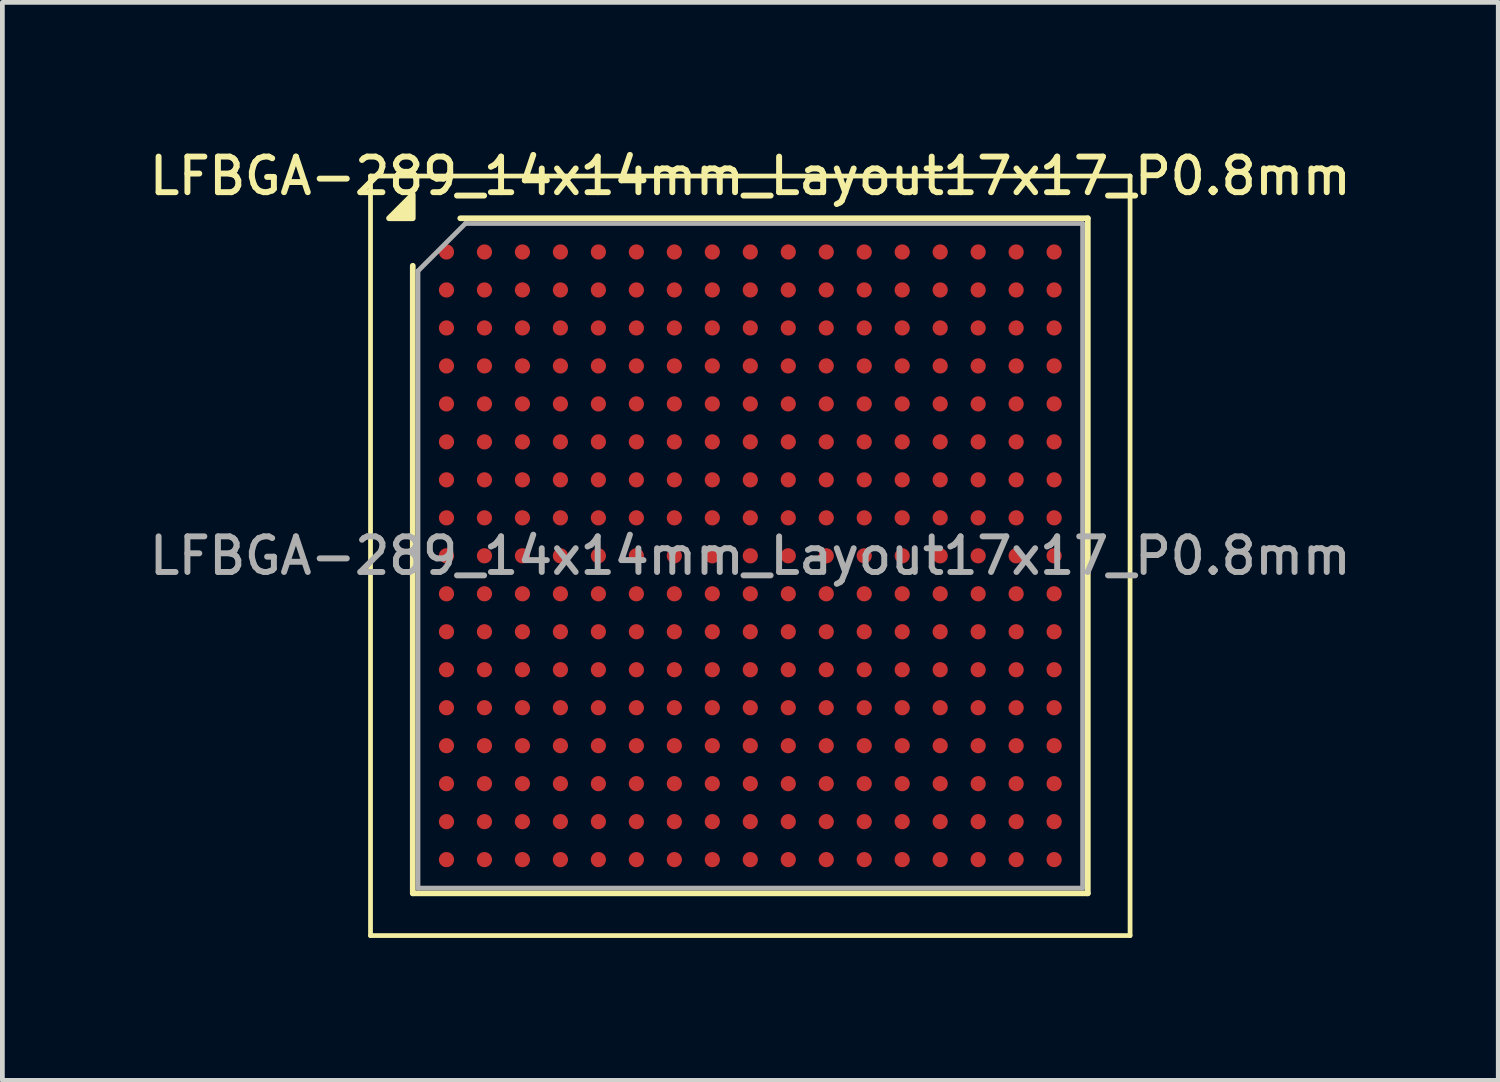
<source format=kicad_pcb>
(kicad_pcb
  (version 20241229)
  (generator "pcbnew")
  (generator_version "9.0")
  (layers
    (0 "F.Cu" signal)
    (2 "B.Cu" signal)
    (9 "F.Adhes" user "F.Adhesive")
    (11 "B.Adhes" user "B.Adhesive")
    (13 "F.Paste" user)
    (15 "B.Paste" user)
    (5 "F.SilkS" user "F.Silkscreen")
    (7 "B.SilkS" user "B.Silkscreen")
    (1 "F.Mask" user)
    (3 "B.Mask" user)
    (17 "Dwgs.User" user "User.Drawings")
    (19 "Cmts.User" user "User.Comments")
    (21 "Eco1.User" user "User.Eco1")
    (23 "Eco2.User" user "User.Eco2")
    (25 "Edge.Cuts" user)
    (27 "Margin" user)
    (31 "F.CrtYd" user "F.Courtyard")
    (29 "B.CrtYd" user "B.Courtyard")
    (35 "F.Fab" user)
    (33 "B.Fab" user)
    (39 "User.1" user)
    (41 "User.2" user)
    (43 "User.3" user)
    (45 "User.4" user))
  (footprint "LFBGA-289_14x14mm_Layout17x17_P0.8mm"
    (layer "F.Cu")
    (at 12.755 8.658)
    (property "Reference" "LFBGA-289_14x14mm_Layout17x17_P0.8mm" (at 0 -8 0) (layer "F.SilkS") (effects (font (size 0.75 0.75) (thickness 0.125))))
    (attr smd)
    (fp_line (start -8 -8) (end -8 8) (stroke (width 0.1) (type solid)) (layer "F.SilkS"))
    (fp_line (start -8 8) (end 8 8) (stroke (width 0.1) (type solid)) (layer "F.SilkS"))
    (fp_line (start -7.11 7.11) (end -7.11 -6.11) (stroke (width 0.12) (type solid)) (layer "F.SilkS"))
    (fp_line (start -6.11 -7.11) (end 7.11 -7.11) (stroke (width 0.12) (type solid)) (layer "F.SilkS"))
    (fp_line (start 7.11 -7.11) (end 7.11 7.11) (stroke (width 0.12) (type solid)) (layer "F.SilkS"))
    (fp_line (start 7.11 7.11) (end -7.11 7.11) (stroke (width 0.12) (type solid)) (layer "F.SilkS"))
    (fp_line (start 8 -8) (end -8 -8) (stroke (width 0.1) (type solid)) (layer "F.SilkS"))
    (fp_line (start 8 8) (end 8 -8) (stroke (width 0.1) (type solid)) (layer "F.SilkS"))
    (fp_poly (pts (xy -7.11 -7.11) (xy -7.61 -7.11) (xy -7.11 -7.61) (xy -7.11 -7.11)) (stroke (width 0.12) (type solid)) (fill yes) (layer "F.SilkS"))
    (fp_line (start -7 -6) (end -6 -7) (stroke (width 0.1) (type solid)) (layer "F.Fab"))
    (fp_line (start -7 7) (end -7 -6) (stroke (width 0.1) (type solid)) (layer "F.Fab"))
    (fp_line (start -6 -7) (end 7 -7) (stroke (width 0.1) (type solid)) (layer "F.Fab"))
    (fp_line (start 7 -7) (end 7 7) (stroke (width 0.1) (type solid)) (layer "F.Fab"))
    (fp_line (start 7 7) (end -7 7) (stroke (width 0.1) (type solid)) (layer "F.Fab"))
    (fp_text user "${REFERENCE}" (at 0 0 0) (layer "F.Fab") (effects (font (size 0.75 0.75) (thickness 0.125))))
    (pad "A1" smd circle (at -6.4 -6.4) (size 0.32 0.32) (property pad_prop_bga) (layers "F.Cu" "F.Mask" "F.Paste"))
    (pad "A2" smd circle (at -5.6 -6.4) (size 0.32 0.32) (property pad_prop_bga) (layers "F.Cu" "F.Mask" "F.Paste"))
    (pad "A3" smd circle (at -4.8 -6.4) (size 0.32 0.32) (property pad_prop_bga) (layers "F.Cu" "F.Mask" "F.Paste"))
    (pad "A4" smd circle (at -4 -6.4) (size 0.32 0.32) (property pad_prop_bga) (layers "F.Cu" "F.Mask" "F.Paste"))
    (pad "A5" smd circle (at -3.2 -6.4) (size 0.32 0.32) (property pad_prop_bga) (layers "F.Cu" "F.Mask" "F.Paste"))
    (pad "A6" smd circle (at -2.4 -6.4) (size 0.32 0.32) (property pad_prop_bga) (layers "F.Cu" "F.Mask" "F.Paste"))
    (pad "A7" smd circle (at -1.6 -6.4) (size 0.32 0.32) (property pad_prop_bga) (layers "F.Cu" "F.Mask" "F.Paste"))
    (pad "A8" smd circle (at -0.8 -6.4) (size 0.32 0.32) (property pad_prop_bga) (layers "F.Cu" "F.Mask" "F.Paste"))
    (pad "A9" smd circle (at 0 -6.4) (size 0.32 0.32) (property pad_prop_bga) (layers "F.Cu" "F.Mask" "F.Paste"))
    (pad "A10" smd circle (at 0.8 -6.4) (size 0.32 0.32) (property pad_prop_bga) (layers "F.Cu" "F.Mask" "F.Paste"))
    (pad "A11" smd circle (at 1.6 -6.4) (size 0.32 0.32) (property pad_prop_bga) (layers "F.Cu" "F.Mask" "F.Paste"))
    (pad "A12" smd circle (at 2.4 -6.4) (size 0.32 0.32) (property pad_prop_bga) (layers "F.Cu" "F.Mask" "F.Paste"))
    (pad "A13" smd circle (at 3.2 -6.4) (size 0.32 0.32) (property pad_prop_bga) (layers "F.Cu" "F.Mask" "F.Paste"))
    (pad "A14" smd circle (at 4 -6.4) (size 0.32 0.32) (property pad_prop_bga) (layers "F.Cu" "F.Mask" "F.Paste"))
    (pad "A15" smd circle (at 4.8 -6.4) (size 0.32 0.32) (property pad_prop_bga) (layers "F.Cu" "F.Mask" "F.Paste"))
    (pad "A16" smd circle (at 5.6 -6.4) (size 0.32 0.32) (property pad_prop_bga) (layers "F.Cu" "F.Mask" "F.Paste"))
    (pad "A17" smd circle (at 6.4 -6.4) (size 0.32 0.32) (property pad_prop_bga) (layers "F.Cu" "F.Mask" "F.Paste"))
    (pad "B1" smd circle (at -6.4 -5.6) (size 0.32 0.32) (property pad_prop_bga) (layers "F.Cu" "F.Mask" "F.Paste"))
    (pad "B2" smd circle (at -5.6 -5.6) (size 0.32 0.32) (property pad_prop_bga) (layers "F.Cu" "F.Mask" "F.Paste"))
    (pad "B3" smd circle (at -4.8 -5.6) (size 0.32 0.32) (property pad_prop_bga) (layers "F.Cu" "F.Mask" "F.Paste"))
    (pad "B4" smd circle (at -4 -5.6) (size 0.32 0.32) (property pad_prop_bga) (layers "F.Cu" "F.Mask" "F.Paste"))
    (pad "B5" smd circle (at -3.2 -5.6) (size 0.32 0.32) (property pad_prop_bga) (layers "F.Cu" "F.Mask" "F.Paste"))
    (pad "B6" smd circle (at -2.4 -5.6) (size 0.32 0.32) (property pad_prop_bga) (layers "F.Cu" "F.Mask" "F.Paste"))
    (pad "B7" smd circle (at -1.6 -5.6) (size 0.32 0.32) (property pad_prop_bga) (layers "F.Cu" "F.Mask" "F.Paste"))
    (pad "B8" smd circle (at -0.8 -5.6) (size 0.32 0.32) (property pad_prop_bga) (layers "F.Cu" "F.Mask" "F.Paste"))
    (pad "B9" smd circle (at 0 -5.6) (size 0.32 0.32) (property pad_prop_bga) (layers "F.Cu" "F.Mask" "F.Paste"))
    (pad "B10" smd circle (at 0.8 -5.6) (size 0.32 0.32) (property pad_prop_bga) (layers "F.Cu" "F.Mask" "F.Paste"))
    (pad "B11" smd circle (at 1.6 -5.6) (size 0.32 0.32) (property pad_prop_bga) (layers "F.Cu" "F.Mask" "F.Paste"))
    (pad "B12" smd circle (at 2.4 -5.6) (size 0.32 0.32) (property pad_prop_bga) (layers "F.Cu" "F.Mask" "F.Paste"))
    (pad "B13" smd circle (at 3.2 -5.6) (size 0.32 0.32) (property pad_prop_bga) (layers "F.Cu" "F.Mask" "F.Paste"))
    (pad "B14" smd circle (at 4 -5.6) (size 0.32 0.32) (property pad_prop_bga) (layers "F.Cu" "F.Mask" "F.Paste"))
    (pad "B15" smd circle (at 4.8 -5.6) (size 0.32 0.32) (property pad_prop_bga) (layers "F.Cu" "F.Mask" "F.Paste"))
    (pad "B16" smd circle (at 5.6 -5.6) (size 0.32 0.32) (property pad_prop_bga) (layers "F.Cu" "F.Mask" "F.Paste"))
    (pad "B17" smd circle (at 6.4 -5.6) (size 0.32 0.32) (property pad_prop_bga) (layers "F.Cu" "F.Mask" "F.Paste"))
    (pad "C1" smd circle (at -6.4 -4.8) (size 0.32 0.32) (property pad_prop_bga) (layers "F.Cu" "F.Mask" "F.Paste"))
    (pad "C2" smd circle (at -5.6 -4.8) (size 0.32 0.32) (property pad_prop_bga) (layers "F.Cu" "F.Mask" "F.Paste"))
    (pad "C3" smd circle (at -4.8 -4.8) (size 0.32 0.32) (property pad_prop_bga) (layers "F.Cu" "F.Mask" "F.Paste"))
    (pad "C4" smd circle (at -4 -4.8) (size 0.32 0.32) (property pad_prop_bga) (layers "F.Cu" "F.Mask" "F.Paste"))
    (pad "C5" smd circle (at -3.2 -4.8) (size 0.32 0.32) (property pad_prop_bga) (layers "F.Cu" "F.Mask" "F.Paste"))
    (pad "C6" smd circle (at -2.4 -4.8) (size 0.32 0.32) (property pad_prop_bga) (layers "F.Cu" "F.Mask" "F.Paste"))
    (pad "C7" smd circle (at -1.6 -4.8) (size 0.32 0.32) (property pad_prop_bga) (layers "F.Cu" "F.Mask" "F.Paste"))
    (pad "C8" smd circle (at -0.8 -4.8) (size 0.32 0.32) (property pad_prop_bga) (layers "F.Cu" "F.Mask" "F.Paste"))
    (pad "C9" smd circle (at 0 -4.8) (size 0.32 0.32) (property pad_prop_bga) (layers "F.Cu" "F.Mask" "F.Paste"))
    (pad "C10" smd circle (at 0.8 -4.8) (size 0.32 0.32) (property pad_prop_bga) (layers "F.Cu" "F.Mask" "F.Paste"))
    (pad "C11" smd circle (at 1.6 -4.8) (size 0.32 0.32) (property pad_prop_bga) (layers "F.Cu" "F.Mask" "F.Paste"))
    (pad "C12" smd circle (at 2.4 -4.8) (size 0.32 0.32) (property pad_prop_bga) (layers "F.Cu" "F.Mask" "F.Paste"))
    (pad "C13" smd circle (at 3.2 -4.8) (size 0.32 0.32) (property pad_prop_bga) (layers "F.Cu" "F.Mask" "F.Paste"))
    (pad "C14" smd circle (at 4 -4.8) (size 0.32 0.32) (property pad_prop_bga) (layers "F.Cu" "F.Mask" "F.Paste"))
    (pad "C15" smd circle (at 4.8 -4.8) (size 0.32 0.32) (property pad_prop_bga) (layers "F.Cu" "F.Mask" "F.Paste"))
    (pad "C16" smd circle (at 5.6 -4.8) (size 0.32 0.32) (property pad_prop_bga) (layers "F.Cu" "F.Mask" "F.Paste"))
    (pad "C17" smd circle (at 6.4 -4.8) (size 0.32 0.32) (property pad_prop_bga) (layers "F.Cu" "F.Mask" "F.Paste"))
    (pad "D1" smd circle (at -6.4 -4) (size 0.32 0.32) (property pad_prop_bga) (layers "F.Cu" "F.Mask" "F.Paste"))
    (pad "D2" smd circle (at -5.6 -4) (size 0.32 0.32) (property pad_prop_bga) (layers "F.Cu" "F.Mask" "F.Paste"))
    (pad "D3" smd circle (at -4.8 -4) (size 0.32 0.32) (property pad_prop_bga) (layers "F.Cu" "F.Mask" "F.Paste"))
    (pad "D4" smd circle (at -4 -4) (size 0.32 0.32) (property pad_prop_bga) (layers "F.Cu" "F.Mask" "F.Paste"))
    (pad "D5" smd circle (at -3.2 -4) (size 0.32 0.32) (property pad_prop_bga) (layers "F.Cu" "F.Mask" "F.Paste"))
    (pad "D6" smd circle (at -2.4 -4) (size 0.32 0.32) (property pad_prop_bga) (layers "F.Cu" "F.Mask" "F.Paste"))
    (pad "D7" smd circle (at -1.6 -4) (size 0.32 0.32) (property pad_prop_bga) (layers "F.Cu" "F.Mask" "F.Paste"))
    (pad "D8" smd circle (at -0.8 -4) (size 0.32 0.32) (property pad_prop_bga) (layers "F.Cu" "F.Mask" "F.Paste"))
    (pad "D9" smd circle (at 0 -4) (size 0.32 0.32) (property pad_prop_bga) (layers "F.Cu" "F.Mask" "F.Paste"))
    (pad "D10" smd circle (at 0.8 -4) (size 0.32 0.32) (property pad_prop_bga) (layers "F.Cu" "F.Mask" "F.Paste"))
    (pad "D11" smd circle (at 1.6 -4) (size 0.32 0.32) (property pad_prop_bga) (layers "F.Cu" "F.Mask" "F.Paste"))
    (pad "D12" smd circle (at 2.4 -4) (size 0.32 0.32) (property pad_prop_bga) (layers "F.Cu" "F.Mask" "F.Paste"))
    (pad "D13" smd circle (at 3.2 -4) (size 0.32 0.32) (property pad_prop_bga) (layers "F.Cu" "F.Mask" "F.Paste"))
    (pad "D14" smd circle (at 4 -4) (size 0.32 0.32) (property pad_prop_bga) (layers "F.Cu" "F.Mask" "F.Paste"))
    (pad "D15" smd circle (at 4.8 -4) (size 0.32 0.32) (property pad_prop_bga) (layers "F.Cu" "F.Mask" "F.Paste"))
    (pad "D16" smd circle (at 5.6 -4) (size 0.32 0.32) (property pad_prop_bga) (layers "F.Cu" "F.Mask" "F.Paste"))
    (pad "D17" smd circle (at 6.4 -4) (size 0.32 0.32) (property pad_prop_bga) (layers "F.Cu" "F.Mask" "F.Paste"))
    (pad "E1" smd circle (at -6.4 -3.2) (size 0.32 0.32) (property pad_prop_bga) (layers "F.Cu" "F.Mask" "F.Paste"))
    (pad "E2" smd circle (at -5.6 -3.2) (size 0.32 0.32) (property pad_prop_bga) (layers "F.Cu" "F.Mask" "F.Paste"))
    (pad "E3" smd circle (at -4.8 -3.2) (size 0.32 0.32) (property pad_prop_bga) (layers "F.Cu" "F.Mask" "F.Paste"))
    (pad "E4" smd circle (at -4 -3.2) (size 0.32 0.32) (property pad_prop_bga) (layers "F.Cu" "F.Mask" "F.Paste"))
    (pad "E5" smd circle (at -3.2 -3.2) (size 0.32 0.32) (property pad_prop_bga) (layers "F.Cu" "F.Mask" "F.Paste"))
    (pad "E6" smd circle (at -2.4 -3.2) (size 0.32 0.32) (property pad_prop_bga) (layers "F.Cu" "F.Mask" "F.Paste"))
    (pad "E7" smd circle (at -1.6 -3.2) (size 0.32 0.32) (property pad_prop_bga) (layers "F.Cu" "F.Mask" "F.Paste"))
    (pad "E8" smd circle (at -0.8 -3.2) (size 0.32 0.32) (property pad_prop_bga) (layers "F.Cu" "F.Mask" "F.Paste"))
    (pad "E9" smd circle (at 0 -3.2) (size 0.32 0.32) (property pad_prop_bga) (layers "F.Cu" "F.Mask" "F.Paste"))
    (pad "E10" smd circle (at 0.8 -3.2) (size 0.32 0.32) (property pad_prop_bga) (layers "F.Cu" "F.Mask" "F.Paste"))
    (pad "E11" smd circle (at 1.6 -3.2) (size 0.32 0.32) (property pad_prop_bga) (layers "F.Cu" "F.Mask" "F.Paste"))
    (pad "E12" smd circle (at 2.4 -3.2) (size 0.32 0.32) (property pad_prop_bga) (layers "F.Cu" "F.Mask" "F.Paste"))
    (pad "E13" smd circle (at 3.2 -3.2) (size 0.32 0.32) (property pad_prop_bga) (layers "F.Cu" "F.Mask" "F.Paste"))
    (pad "E14" smd circle (at 4 -3.2) (size 0.32 0.32) (property pad_prop_bga) (layers "F.Cu" "F.Mask" "F.Paste"))
    (pad "E15" smd circle (at 4.8 -3.2) (size 0.32 0.32) (property pad_prop_bga) (layers "F.Cu" "F.Mask" "F.Paste"))
    (pad "E16" smd circle (at 5.6 -3.2) (size 0.32 0.32) (property pad_prop_bga) (layers "F.Cu" "F.Mask" "F.Paste"))
    (pad "E17" smd circle (at 6.4 -3.2) (size 0.32 0.32) (property pad_prop_bga) (layers "F.Cu" "F.Mask" "F.Paste"))
    (pad "F1" smd circle (at -6.4 -2.4) (size 0.32 0.32) (property pad_prop_bga) (layers "F.Cu" "F.Mask" "F.Paste"))
    (pad "F2" smd circle (at -5.6 -2.4) (size 0.32 0.32) (property pad_prop_bga) (layers "F.Cu" "F.Mask" "F.Paste"))
    (pad "F3" smd circle (at -4.8 -2.4) (size 0.32 0.32) (property pad_prop_bga) (layers "F.Cu" "F.Mask" "F.Paste"))
    (pad "F4" smd circle (at -4 -2.4) (size 0.32 0.32) (property pad_prop_bga) (layers "F.Cu" "F.Mask" "F.Paste"))
    (pad "F5" smd circle (at -3.2 -2.4) (size 0.32 0.32) (property pad_prop_bga) (layers "F.Cu" "F.Mask" "F.Paste"))
    (pad "F6" smd circle (at -2.4 -2.4) (size 0.32 0.32) (property pad_prop_bga) (layers "F.Cu" "F.Mask" "F.Paste"))
    (pad "F7" smd circle (at -1.6 -2.4) (size 0.32 0.32) (property pad_prop_bga) (layers "F.Cu" "F.Mask" "F.Paste"))
    (pad "F8" smd circle (at -0.8 -2.4) (size 0.32 0.32) (property pad_prop_bga) (layers "F.Cu" "F.Mask" "F.Paste"))
    (pad "F9" smd circle (at 0 -2.4) (size 0.32 0.32) (property pad_prop_bga) (layers "F.Cu" "F.Mask" "F.Paste"))
    (pad "F10" smd circle (at 0.8 -2.4) (size 0.32 0.32) (property pad_prop_bga) (layers "F.Cu" "F.Mask" "F.Paste"))
    (pad "F11" smd circle (at 1.6 -2.4) (size 0.32 0.32) (property pad_prop_bga) (layers "F.Cu" "F.Mask" "F.Paste"))
    (pad "F12" smd circle (at 2.4 -2.4) (size 0.32 0.32) (property pad_prop_bga) (layers "F.Cu" "F.Mask" "F.Paste"))
    (pad "F13" smd circle (at 3.2 -2.4) (size 0.32 0.32) (property pad_prop_bga) (layers "F.Cu" "F.Mask" "F.Paste"))
    (pad "F14" smd circle (at 4 -2.4) (size 0.32 0.32) (property pad_prop_bga) (layers "F.Cu" "F.Mask" "F.Paste"))
    (pad "F15" smd circle (at 4.8 -2.4) (size 0.32 0.32) (property pad_prop_bga) (layers "F.Cu" "F.Mask" "F.Paste"))
    (pad "F16" smd circle (at 5.6 -2.4) (size 0.32 0.32) (property pad_prop_bga) (layers "F.Cu" "F.Mask" "F.Paste"))
    (pad "F17" smd circle (at 6.4 -2.4) (size 0.32 0.32) (property pad_prop_bga) (layers "F.Cu" "F.Mask" "F.Paste"))
    (pad "G1" smd circle (at -6.4 -1.6) (size 0.32 0.32) (property pad_prop_bga) (layers "F.Cu" "F.Mask" "F.Paste"))
    (pad "G2" smd circle (at -5.6 -1.6) (size 0.32 0.32) (property pad_prop_bga) (layers "F.Cu" "F.Mask" "F.Paste"))
    (pad "G3" smd circle (at -4.8 -1.6) (size 0.32 0.32) (property pad_prop_bga) (layers "F.Cu" "F.Mask" "F.Paste"))
    (pad "G4" smd circle (at -4 -1.6) (size 0.32 0.32) (property pad_prop_bga) (layers "F.Cu" "F.Mask" "F.Paste"))
    (pad "G5" smd circle (at -3.2 -1.6) (size 0.32 0.32) (property pad_prop_bga) (layers "F.Cu" "F.Mask" "F.Paste"))
    (pad "G6" smd circle (at -2.4 -1.6) (size 0.32 0.32) (property pad_prop_bga) (layers "F.Cu" "F.Mask" "F.Paste"))
    (pad "G7" smd circle (at -1.6 -1.6) (size 0.32 0.32) (property pad_prop_bga) (layers "F.Cu" "F.Mask" "F.Paste"))
    (pad "G8" smd circle (at -0.8 -1.6) (size 0.32 0.32) (property pad_prop_bga) (layers "F.Cu" "F.Mask" "F.Paste"))
    (pad "G9" smd circle (at 0 -1.6) (size 0.32 0.32) (property pad_prop_bga) (layers "F.Cu" "F.Mask" "F.Paste"))
    (pad "G10" smd circle (at 0.8 -1.6) (size 0.32 0.32) (property pad_prop_bga) (layers "F.Cu" "F.Mask" "F.Paste"))
    (pad "G11" smd circle (at 1.6 -1.6) (size 0.32 0.32) (property pad_prop_bga) (layers "F.Cu" "F.Mask" "F.Paste"))
    (pad "G12" smd circle (at 2.4 -1.6) (size 0.32 0.32) (property pad_prop_bga) (layers "F.Cu" "F.Mask" "F.Paste"))
    (pad "G13" smd circle (at 3.2 -1.6) (size 0.32 0.32) (property pad_prop_bga) (layers "F.Cu" "F.Mask" "F.Paste"))
    (pad "G14" smd circle (at 4 -1.6) (size 0.32 0.32) (property pad_prop_bga) (layers "F.Cu" "F.Mask" "F.Paste"))
    (pad "G15" smd circle (at 4.8 -1.6) (size 0.32 0.32) (property pad_prop_bga) (layers "F.Cu" "F.Mask" "F.Paste"))
    (pad "G16" smd circle (at 5.6 -1.6) (size 0.32 0.32) (property pad_prop_bga) (layers "F.Cu" "F.Mask" "F.Paste"))
    (pad "G17" smd circle (at 6.4 -1.6) (size 0.32 0.32) (property pad_prop_bga) (layers "F.Cu" "F.Mask" "F.Paste"))
    (pad "H1" smd circle (at -6.4 -0.8) (size 0.32 0.32) (property pad_prop_bga) (layers "F.Cu" "F.Mask" "F.Paste"))
    (pad "H2" smd circle (at -5.6 -0.8) (size 0.32 0.32) (property pad_prop_bga) (layers "F.Cu" "F.Mask" "F.Paste"))
    (pad "H3" smd circle (at -4.8 -0.8) (size 0.32 0.32) (property pad_prop_bga) (layers "F.Cu" "F.Mask" "F.Paste"))
    (pad "H4" smd circle (at -4 -0.8) (size 0.32 0.32) (property pad_prop_bga) (layers "F.Cu" "F.Mask" "F.Paste"))
    (pad "H5" smd circle (at -3.2 -0.8) (size 0.32 0.32) (property pad_prop_bga) (layers "F.Cu" "F.Mask" "F.Paste"))
    (pad "H6" smd circle (at -2.4 -0.8) (size 0.32 0.32) (property pad_prop_bga) (layers "F.Cu" "F.Mask" "F.Paste"))
    (pad "H7" smd circle (at -1.6 -0.8) (size 0.32 0.32) (property pad_prop_bga) (layers "F.Cu" "F.Mask" "F.Paste"))
    (pad "H8" smd circle (at -0.8 -0.8) (size 0.32 0.32) (property pad_prop_bga) (layers "F.Cu" "F.Mask" "F.Paste"))
    (pad "H9" smd circle (at 0 -0.8) (size 0.32 0.32) (property pad_prop_bga) (layers "F.Cu" "F.Mask" "F.Paste"))
    (pad "H10" smd circle (at 0.8 -0.8) (size 0.32 0.32) (property pad_prop_bga) (layers "F.Cu" "F.Mask" "F.Paste"))
    (pad "H11" smd circle (at 1.6 -0.8) (size 0.32 0.32) (property pad_prop_bga) (layers "F.Cu" "F.Mask" "F.Paste"))
    (pad "H12" smd circle (at 2.4 -0.8) (size 0.32 0.32) (property pad_prop_bga) (layers "F.Cu" "F.Mask" "F.Paste"))
    (pad "H13" smd circle (at 3.2 -0.8) (size 0.32 0.32) (property pad_prop_bga) (layers "F.Cu" "F.Mask" "F.Paste"))
    (pad "H14" smd circle (at 4 -0.8) (size 0.32 0.32) (property pad_prop_bga) (layers "F.Cu" "F.Mask" "F.Paste"))
    (pad "H15" smd circle (at 4.8 -0.8) (size 0.32 0.32) (property pad_prop_bga) (layers "F.Cu" "F.Mask" "F.Paste"))
    (pad "H16" smd circle (at 5.6 -0.8) (size 0.32 0.32) (property pad_prop_bga) (layers "F.Cu" "F.Mask" "F.Paste"))
    (pad "H17" smd circle (at 6.4 -0.8) (size 0.32 0.32) (property pad_prop_bga) (layers "F.Cu" "F.Mask" "F.Paste"))
    (pad "J1" smd circle (at -6.4 0) (size 0.32 0.32) (property pad_prop_bga) (layers "F.Cu" "F.Mask" "F.Paste"))
    (pad "J2" smd circle (at -5.6 0) (size 0.32 0.32) (property pad_prop_bga) (layers "F.Cu" "F.Mask" "F.Paste"))
    (pad "J3" smd circle (at -4.8 0) (size 0.32 0.32) (property pad_prop_bga) (layers "F.Cu" "F.Mask" "F.Paste"))
    (pad "J4" smd circle (at -4 0) (size 0.32 0.32) (property pad_prop_bga) (layers "F.Cu" "F.Mask" "F.Paste"))
    (pad "J5" smd circle (at -3.2 0) (size 0.32 0.32) (property pad_prop_bga) (layers "F.Cu" "F.Mask" "F.Paste"))
    (pad "J6" smd circle (at -2.4 0) (size 0.32 0.32) (property pad_prop_bga) (layers "F.Cu" "F.Mask" "F.Paste"))
    (pad "J7" smd circle (at -1.6 0) (size 0.32 0.32) (property pad_prop_bga) (layers "F.Cu" "F.Mask" "F.Paste"))
    (pad "J8" smd circle (at -0.8 0) (size 0.32 0.32) (property pad_prop_bga) (layers "F.Cu" "F.Mask" "F.Paste"))
    (pad "J9" smd circle (at 0 0) (size 0.32 0.32) (property pad_prop_bga) (layers "F.Cu" "F.Mask" "F.Paste"))
    (pad "J10" smd circle (at 0.8 0) (size 0.32 0.32) (property pad_prop_bga) (layers "F.Cu" "F.Mask" "F.Paste"))
    (pad "J11" smd circle (at 1.6 0) (size 0.32 0.32) (property pad_prop_bga) (layers "F.Cu" "F.Mask" "F.Paste"))
    (pad "J12" smd circle (at 2.4 0) (size 0.32 0.32) (property pad_prop_bga) (layers "F.Cu" "F.Mask" "F.Paste"))
    (pad "J13" smd circle (at 3.2 0) (size 0.32 0.32) (property pad_prop_bga) (layers "F.Cu" "F.Mask" "F.Paste"))
    (pad "J14" smd circle (at 4 0) (size 0.32 0.32) (property pad_prop_bga) (layers "F.Cu" "F.Mask" "F.Paste"))
    (pad "J15" smd circle (at 4.8 0) (size 0.32 0.32) (property pad_prop_bga) (layers "F.Cu" "F.Mask" "F.Paste"))
    (pad "J16" smd circle (at 5.6 0) (size 0.32 0.32) (property pad_prop_bga) (layers "F.Cu" "F.Mask" "F.Paste"))
    (pad "J17" smd circle (at 6.4 0) (size 0.32 0.32) (property pad_prop_bga) (layers "F.Cu" "F.Mask" "F.Paste"))
    (pad "K1" smd circle (at -6.4 0.8) (size 0.32 0.32) (property pad_prop_bga) (layers "F.Cu" "F.Mask" "F.Paste"))
    (pad "K2" smd circle (at -5.6 0.8) (size 0.32 0.32) (property pad_prop_bga) (layers "F.Cu" "F.Mask" "F.Paste"))
    (pad "K3" smd circle (at -4.8 0.8) (size 0.32 0.32) (property pad_prop_bga) (layers "F.Cu" "F.Mask" "F.Paste"))
    (pad "K4" smd circle (at -4 0.8) (size 0.32 0.32) (property pad_prop_bga) (layers "F.Cu" "F.Mask" "F.Paste"))
    (pad "K5" smd circle (at -3.2 0.8) (size 0.32 0.32) (property pad_prop_bga) (layers "F.Cu" "F.Mask" "F.Paste"))
    (pad "K6" smd circle (at -2.4 0.8) (size 0.32 0.32) (property pad_prop_bga) (layers "F.Cu" "F.Mask" "F.Paste"))
    (pad "K7" smd circle (at -1.6 0.8) (size 0.32 0.32) (property pad_prop_bga) (layers "F.Cu" "F.Mask" "F.Paste"))
    (pad "K8" smd circle (at -0.8 0.8) (size 0.32 0.32) (property pad_prop_bga) (layers "F.Cu" "F.Mask" "F.Paste"))
    (pad "K9" smd circle (at 0 0.8) (size 0.32 0.32) (property pad_prop_bga) (layers "F.Cu" "F.Mask" "F.Paste"))
    (pad "K10" smd circle (at 0.8 0.8) (size 0.32 0.32) (property pad_prop_bga) (layers "F.Cu" "F.Mask" "F.Paste"))
    (pad "K11" smd circle (at 1.6 0.8) (size 0.32 0.32) (property pad_prop_bga) (layers "F.Cu" "F.Mask" "F.Paste"))
    (pad "K12" smd circle (at 2.4 0.8) (size 0.32 0.32) (property pad_prop_bga) (layers "F.Cu" "F.Mask" "F.Paste"))
    (pad "K13" smd circle (at 3.2 0.8) (size 0.32 0.32) (property pad_prop_bga) (layers "F.Cu" "F.Mask" "F.Paste"))
    (pad "K14" smd circle (at 4 0.8) (size 0.32 0.32) (property pad_prop_bga) (layers "F.Cu" "F.Mask" "F.Paste"))
    (pad "K15" smd circle (at 4.8 0.8) (size 0.32 0.32) (property pad_prop_bga) (layers "F.Cu" "F.Mask" "F.Paste"))
    (pad "K16" smd circle (at 5.6 0.8) (size 0.32 0.32) (property pad_prop_bga) (layers "F.Cu" "F.Mask" "F.Paste"))
    (pad "K17" smd circle (at 6.4 0.8) (size 0.32 0.32) (property pad_prop_bga) (layers "F.Cu" "F.Mask" "F.Paste"))
    (pad "L1" smd circle (at -6.4 1.6) (size 0.32 0.32) (property pad_prop_bga) (layers "F.Cu" "F.Mask" "F.Paste"))
    (pad "L2" smd circle (at -5.6 1.6) (size 0.32 0.32) (property pad_prop_bga) (layers "F.Cu" "F.Mask" "F.Paste"))
    (pad "L3" smd circle (at -4.8 1.6) (size 0.32 0.32) (property pad_prop_bga) (layers "F.Cu" "F.Mask" "F.Paste"))
    (pad "L4" smd circle (at -4 1.6) (size 0.32 0.32) (property pad_prop_bga) (layers "F.Cu" "F.Mask" "F.Paste"))
    (pad "L5" smd circle (at -3.2 1.6) (size 0.32 0.32) (property pad_prop_bga) (layers "F.Cu" "F.Mask" "F.Paste"))
    (pad "L6" smd circle (at -2.4 1.6) (size 0.32 0.32) (property pad_prop_bga) (layers "F.Cu" "F.Mask" "F.Paste"))
    (pad "L7" smd circle (at -1.6 1.6) (size 0.32 0.32) (property pad_prop_bga) (layers "F.Cu" "F.Mask" "F.Paste"))
    (pad "L8" smd circle (at -0.8 1.6) (size 0.32 0.32) (property pad_prop_bga) (layers "F.Cu" "F.Mask" "F.Paste"))
    (pad "L9" smd circle (at 0 1.6) (size 0.32 0.32) (property pad_prop_bga) (layers "F.Cu" "F.Mask" "F.Paste"))
    (pad "L10" smd circle (at 0.8 1.6) (size 0.32 0.32) (property pad_prop_bga) (layers "F.Cu" "F.Mask" "F.Paste"))
    (pad "L11" smd circle (at 1.6 1.6) (size 0.32 0.32) (property pad_prop_bga) (layers "F.Cu" "F.Mask" "F.Paste"))
    (pad "L12" smd circle (at 2.4 1.6) (size 0.32 0.32) (property pad_prop_bga) (layers "F.Cu" "F.Mask" "F.Paste"))
    (pad "L13" smd circle (at 3.2 1.6) (size 0.32 0.32) (property pad_prop_bga) (layers "F.Cu" "F.Mask" "F.Paste"))
    (pad "L14" smd circle (at 4 1.6) (size 0.32 0.32) (property pad_prop_bga) (layers "F.Cu" "F.Mask" "F.Paste"))
    (pad "L15" smd circle (at 4.8 1.6) (size 0.32 0.32) (property pad_prop_bga) (layers "F.Cu" "F.Mask" "F.Paste"))
    (pad "L16" smd circle (at 5.6 1.6) (size 0.32 0.32) (property pad_prop_bga) (layers "F.Cu" "F.Mask" "F.Paste"))
    (pad "L17" smd circle (at 6.4 1.6) (size 0.32 0.32) (property pad_prop_bga) (layers "F.Cu" "F.Mask" "F.Paste"))
    (pad "M1" smd circle (at -6.4 2.4) (size 0.32 0.32) (property pad_prop_bga) (layers "F.Cu" "F.Mask" "F.Paste"))
    (pad "M2" smd circle (at -5.6 2.4) (size 0.32 0.32) (property pad_prop_bga) (layers "F.Cu" "F.Mask" "F.Paste"))
    (pad "M3" smd circle (at -4.8 2.4) (size 0.32 0.32) (property pad_prop_bga) (layers "F.Cu" "F.Mask" "F.Paste"))
    (pad "M4" smd circle (at -4 2.4) (size 0.32 0.32) (property pad_prop_bga) (layers "F.Cu" "F.Mask" "F.Paste"))
    (pad "M5" smd circle (at -3.2 2.4) (size 0.32 0.32) (property pad_prop_bga) (layers "F.Cu" "F.Mask" "F.Paste"))
    (pad "M6" smd circle (at -2.4 2.4) (size 0.32 0.32) (property pad_prop_bga) (layers "F.Cu" "F.Mask" "F.Paste"))
    (pad "M7" smd circle (at -1.6 2.4) (size 0.32 0.32) (property pad_prop_bga) (layers "F.Cu" "F.Mask" "F.Paste"))
    (pad "M8" smd circle (at -0.8 2.4) (size 0.32 0.32) (property pad_prop_bga) (layers "F.Cu" "F.Mask" "F.Paste"))
    (pad "M9" smd circle (at 0 2.4) (size 0.32 0.32) (property pad_prop_bga) (layers "F.Cu" "F.Mask" "F.Paste"))
    (pad "M10" smd circle (at 0.8 2.4) (size 0.32 0.32) (property pad_prop_bga) (layers "F.Cu" "F.Mask" "F.Paste"))
    (pad "M11" smd circle (at 1.6 2.4) (size 0.32 0.32) (property pad_prop_bga) (layers "F.Cu" "F.Mask" "F.Paste"))
    (pad "M12" smd circle (at 2.4 2.4) (size 0.32 0.32) (property pad_prop_bga) (layers "F.Cu" "F.Mask" "F.Paste"))
    (pad "M13" smd circle (at 3.2 2.4) (size 0.32 0.32) (property pad_prop_bga) (layers "F.Cu" "F.Mask" "F.Paste"))
    (pad "M14" smd circle (at 4 2.4) (size 0.32 0.32) (property pad_prop_bga) (layers "F.Cu" "F.Mask" "F.Paste"))
    (pad "M15" smd circle (at 4.8 2.4) (size 0.32 0.32) (property pad_prop_bga) (layers "F.Cu" "F.Mask" "F.Paste"))
    (pad "M16" smd circle (at 5.6 2.4) (size 0.32 0.32) (property pad_prop_bga) (layers "F.Cu" "F.Mask" "F.Paste"))
    (pad "M17" smd circle (at 6.4 2.4) (size 0.32 0.32) (property pad_prop_bga) (layers "F.Cu" "F.Mask" "F.Paste"))
    (pad "N1" smd circle (at -6.4 3.2) (size 0.32 0.32) (property pad_prop_bga) (layers "F.Cu" "F.Mask" "F.Paste"))
    (pad "N2" smd circle (at -5.6 3.2) (size 0.32 0.32) (property pad_prop_bga) (layers "F.Cu" "F.Mask" "F.Paste"))
    (pad "N3" smd circle (at -4.8 3.2) (size 0.32 0.32) (property pad_prop_bga) (layers "F.Cu" "F.Mask" "F.Paste"))
    (pad "N4" smd circle (at -4 3.2) (size 0.32 0.32) (property pad_prop_bga) (layers "F.Cu" "F.Mask" "F.Paste"))
    (pad "N5" smd circle (at -3.2 3.2) (size 0.32 0.32) (property pad_prop_bga) (layers "F.Cu" "F.Mask" "F.Paste"))
    (pad "N6" smd circle (at -2.4 3.2) (size 0.32 0.32) (property pad_prop_bga) (layers "F.Cu" "F.Mask" "F.Paste"))
    (pad "N7" smd circle (at -1.6 3.2) (size 0.32 0.32) (property pad_prop_bga) (layers "F.Cu" "F.Mask" "F.Paste"))
    (pad "N8" smd circle (at -0.8 3.2) (size 0.32 0.32) (property pad_prop_bga) (layers "F.Cu" "F.Mask" "F.Paste"))
    (pad "N9" smd circle (at 0 3.2) (size 0.32 0.32) (property pad_prop_bga) (layers "F.Cu" "F.Mask" "F.Paste"))
    (pad "N10" smd circle (at 0.8 3.2) (size 0.32 0.32) (property pad_prop_bga) (layers "F.Cu" "F.Mask" "F.Paste"))
    (pad "N11" smd circle (at 1.6 3.2) (size 0.32 0.32) (property pad_prop_bga) (layers "F.Cu" "F.Mask" "F.Paste"))
    (pad "N12" smd circle (at 2.4 3.2) (size 0.32 0.32) (property pad_prop_bga) (layers "F.Cu" "F.Mask" "F.Paste"))
    (pad "N13" smd circle (at 3.2 3.2) (size 0.32 0.32) (property pad_prop_bga) (layers "F.Cu" "F.Mask" "F.Paste"))
    (pad "N14" smd circle (at 4 3.2) (size 0.32 0.32) (property pad_prop_bga) (layers "F.Cu" "F.Mask" "F.Paste"))
    (pad "N15" smd circle (at 4.8 3.2) (size 0.32 0.32) (property pad_prop_bga) (layers "F.Cu" "F.Mask" "F.Paste"))
    (pad "N16" smd circle (at 5.6 3.2) (size 0.32 0.32) (property pad_prop_bga) (layers "F.Cu" "F.Mask" "F.Paste"))
    (pad "N17" smd circle (at 6.4 3.2) (size 0.32 0.32) (property pad_prop_bga) (layers "F.Cu" "F.Mask" "F.Paste"))
    (pad "P1" smd circle (at -6.4 4) (size 0.32 0.32) (property pad_prop_bga) (layers "F.Cu" "F.Mask" "F.Paste"))
    (pad "P2" smd circle (at -5.6 4) (size 0.32 0.32) (property pad_prop_bga) (layers "F.Cu" "F.Mask" "F.Paste"))
    (pad "P3" smd circle (at -4.8 4) (size 0.32 0.32) (property pad_prop_bga) (layers "F.Cu" "F.Mask" "F.Paste"))
    (pad "P4" smd circle (at -4 4) (size 0.32 0.32) (property pad_prop_bga) (layers "F.Cu" "F.Mask" "F.Paste"))
    (pad "P5" smd circle (at -3.2 4) (size 0.32 0.32) (property pad_prop_bga) (layers "F.Cu" "F.Mask" "F.Paste"))
    (pad "P6" smd circle (at -2.4 4) (size 0.32 0.32) (property pad_prop_bga) (layers "F.Cu" "F.Mask" "F.Paste"))
    (pad "P7" smd circle (at -1.6 4) (size 0.32 0.32) (property pad_prop_bga) (layers "F.Cu" "F.Mask" "F.Paste"))
    (pad "P8" smd circle (at -0.8 4) (size 0.32 0.32) (property pad_prop_bga) (layers "F.Cu" "F.Mask" "F.Paste"))
    (pad "P9" smd circle (at 0 4) (size 0.32 0.32) (property pad_prop_bga) (layers "F.Cu" "F.Mask" "F.Paste"))
    (pad "P10" smd circle (at 0.8 4) (size 0.32 0.32) (property pad_prop_bga) (layers "F.Cu" "F.Mask" "F.Paste"))
    (pad "P11" smd circle (at 1.6 4) (size 0.32 0.32) (property pad_prop_bga) (layers "F.Cu" "F.Mask" "F.Paste"))
    (pad "P12" smd circle (at 2.4 4) (size 0.32 0.32) (property pad_prop_bga) (layers "F.Cu" "F.Mask" "F.Paste"))
    (pad "P13" smd circle (at 3.2 4) (size 0.32 0.32) (property pad_prop_bga) (layers "F.Cu" "F.Mask" "F.Paste"))
    (pad "P14" smd circle (at 4 4) (size 0.32 0.32) (property pad_prop_bga) (layers "F.Cu" "F.Mask" "F.Paste"))
    (pad "P15" smd circle (at 4.8 4) (size 0.32 0.32) (property pad_prop_bga) (layers "F.Cu" "F.Mask" "F.Paste"))
    (pad "P16" smd circle (at 5.6 4) (size 0.32 0.32) (property pad_prop_bga) (layers "F.Cu" "F.Mask" "F.Paste"))
    (pad "P17" smd circle (at 6.4 4) (size 0.32 0.32) (property pad_prop_bga) (layers "F.Cu" "F.Mask" "F.Paste"))
    (pad "R1" smd circle (at -6.4 4.8) (size 0.32 0.32) (property pad_prop_bga) (layers "F.Cu" "F.Mask" "F.Paste"))
    (pad "R2" smd circle (at -5.6 4.8) (size 0.32 0.32) (property pad_prop_bga) (layers "F.Cu" "F.Mask" "F.Paste"))
    (pad "R3" smd circle (at -4.8 4.8) (size 0.32 0.32) (property pad_prop_bga) (layers "F.Cu" "F.Mask" "F.Paste"))
    (pad "R4" smd circle (at -4 4.8) (size 0.32 0.32) (property pad_prop_bga) (layers "F.Cu" "F.Mask" "F.Paste"))
    (pad "R5" smd circle (at -3.2 4.8) (size 0.32 0.32) (property pad_prop_bga) (layers "F.Cu" "F.Mask" "F.Paste"))
    (pad "R6" smd circle (at -2.4 4.8) (size 0.32 0.32) (property pad_prop_bga) (layers "F.Cu" "F.Mask" "F.Paste"))
    (pad "R7" smd circle (at -1.6 4.8) (size 0.32 0.32) (property pad_prop_bga) (layers "F.Cu" "F.Mask" "F.Paste"))
    (pad "R8" smd circle (at -0.8 4.8) (size 0.32 0.32) (property pad_prop_bga) (layers "F.Cu" "F.Mask" "F.Paste"))
    (pad "R9" smd circle (at 0 4.8) (size 0.32 0.32) (property pad_prop_bga) (layers "F.Cu" "F.Mask" "F.Paste"))
    (pad "R10" smd circle (at 0.8 4.8) (size 0.32 0.32) (property pad_prop_bga) (layers "F.Cu" "F.Mask" "F.Paste"))
    (pad "R11" smd circle (at 1.6 4.8) (size 0.32 0.32) (property pad_prop_bga) (layers "F.Cu" "F.Mask" "F.Paste"))
    (pad "R12" smd circle (at 2.4 4.8) (size 0.32 0.32) (property pad_prop_bga) (layers "F.Cu" "F.Mask" "F.Paste"))
    (pad "R13" smd circle (at 3.2 4.8) (size 0.32 0.32) (property pad_prop_bga) (layers "F.Cu" "F.Mask" "F.Paste"))
    (pad "R14" smd circle (at 4 4.8) (size 0.32 0.32) (property pad_prop_bga) (layers "F.Cu" "F.Mask" "F.Paste"))
    (pad "R15" smd circle (at 4.8 4.8) (size 0.32 0.32) (property pad_prop_bga) (layers "F.Cu" "F.Mask" "F.Paste"))
    (pad "R16" smd circle (at 5.6 4.8) (size 0.32 0.32) (property pad_prop_bga) (layers "F.Cu" "F.Mask" "F.Paste"))
    (pad "R17" smd circle (at 6.4 4.8) (size 0.32 0.32) (property pad_prop_bga) (layers "F.Cu" "F.Mask" "F.Paste"))
    (pad "T1" smd circle (at -6.4 5.6) (size 0.32 0.32) (property pad_prop_bga) (layers "F.Cu" "F.Mask" "F.Paste"))
    (pad "T2" smd circle (at -5.6 5.6) (size 0.32 0.32) (property pad_prop_bga) (layers "F.Cu" "F.Mask" "F.Paste"))
    (pad "T3" smd circle (at -4.8 5.6) (size 0.32 0.32) (property pad_prop_bga) (layers "F.Cu" "F.Mask" "F.Paste"))
    (pad "T4" smd circle (at -4 5.6) (size 0.32 0.32) (property pad_prop_bga) (layers "F.Cu" "F.Mask" "F.Paste"))
    (pad "T5" smd circle (at -3.2 5.6) (size 0.32 0.32) (property pad_prop_bga) (layers "F.Cu" "F.Mask" "F.Paste"))
    (pad "T6" smd circle (at -2.4 5.6) (size 0.32 0.32) (property pad_prop_bga) (layers "F.Cu" "F.Mask" "F.Paste"))
    (pad "T7" smd circle (at -1.6 5.6) (size 0.32 0.32) (property pad_prop_bga) (layers "F.Cu" "F.Mask" "F.Paste"))
    (pad "T8" smd circle (at -0.8 5.6) (size 0.32 0.32) (property pad_prop_bga) (layers "F.Cu" "F.Mask" "F.Paste"))
    (pad "T9" smd circle (at 0 5.6) (size 0.32 0.32) (property pad_prop_bga) (layers "F.Cu" "F.Mask" "F.Paste"))
    (pad "T10" smd circle (at 0.8 5.6) (size 0.32 0.32) (property pad_prop_bga) (layers "F.Cu" "F.Mask" "F.Paste"))
    (pad "T11" smd circle (at 1.6 5.6) (size 0.32 0.32) (property pad_prop_bga) (layers "F.Cu" "F.Mask" "F.Paste"))
    (pad "T12" smd circle (at 2.4 5.6) (size 0.32 0.32) (property pad_prop_bga) (layers "F.Cu" "F.Mask" "F.Paste"))
    (pad "T13" smd circle (at 3.2 5.6) (size 0.32 0.32) (property pad_prop_bga) (layers "F.Cu" "F.Mask" "F.Paste"))
    (pad "T14" smd circle (at 4 5.6) (size 0.32 0.32) (property pad_prop_bga) (layers "F.Cu" "F.Mask" "F.Paste"))
    (pad "T15" smd circle (at 4.8 5.6) (size 0.32 0.32) (property pad_prop_bga) (layers "F.Cu" "F.Mask" "F.Paste"))
    (pad "T16" smd circle (at 5.6 5.6) (size 0.32 0.32) (property pad_prop_bga) (layers "F.Cu" "F.Mask" "F.Paste"))
    (pad "T17" smd circle (at 6.4 5.6) (size 0.32 0.32) (property pad_prop_bga) (layers "F.Cu" "F.Mask" "F.Paste"))
    (pad "U1" smd circle (at -6.4 6.4) (size 0.32 0.32) (property pad_prop_bga) (layers "F.Cu" "F.Mask" "F.Paste"))
    (pad "U2" smd circle (at -5.6 6.4) (size 0.32 0.32) (property pad_prop_bga) (layers "F.Cu" "F.Mask" "F.Paste"))
    (pad "U3" smd circle (at -4.8 6.4) (size 0.32 0.32) (property pad_prop_bga) (layers "F.Cu" "F.Mask" "F.Paste"))
    (pad "U4" smd circle (at -4 6.4) (size 0.32 0.32) (property pad_prop_bga) (layers "F.Cu" "F.Mask" "F.Paste"))
    (pad "U5" smd circle (at -3.2 6.4) (size 0.32 0.32) (property pad_prop_bga) (layers "F.Cu" "F.Mask" "F.Paste"))
    (pad "U6" smd circle (at -2.4 6.4) (size 0.32 0.32) (property pad_prop_bga) (layers "F.Cu" "F.Mask" "F.Paste"))
    (pad "U7" smd circle (at -1.6 6.4) (size 0.32 0.32) (property pad_prop_bga) (layers "F.Cu" "F.Mask" "F.Paste"))
    (pad "U8" smd circle (at -0.8 6.4) (size 0.32 0.32) (property pad_prop_bga) (layers "F.Cu" "F.Mask" "F.Paste"))
    (pad "U9" smd circle (at 0 6.4) (size 0.32 0.32) (property pad_prop_bga) (layers "F.Cu" "F.Mask" "F.Paste"))
    (pad "U10" smd circle (at 0.8 6.4) (size 0.32 0.32) (property pad_prop_bga) (layers "F.Cu" "F.Mask" "F.Paste"))
    (pad "U11" smd circle (at 1.6 6.4) (size 0.32 0.32) (property pad_prop_bga) (layers "F.Cu" "F.Mask" "F.Paste"))
    (pad "U12" smd circle (at 2.4 6.4) (size 0.32 0.32) (property pad_prop_bga) (layers "F.Cu" "F.Mask" "F.Paste"))
    (pad "U13" smd circle (at 3.2 6.4) (size 0.32 0.32) (property pad_prop_bga) (layers "F.Cu" "F.Mask" "F.Paste"))
    (pad "U14" smd circle (at 4 6.4) (size 0.32 0.32) (property pad_prop_bga) (layers "F.Cu" "F.Mask" "F.Paste"))
    (pad "U15" smd circle (at 4.8 6.4) (size 0.32 0.32) (property pad_prop_bga) (layers "F.Cu" "F.Mask" "F.Paste"))
    (pad "U16" smd circle (at 5.6 6.4) (size 0.32 0.32) (property pad_prop_bga) (layers "F.Cu" "F.Mask" "F.Paste"))
    (pad "U17" smd circle (at 6.4 6.4) (size 0.32 0.32) (property pad_prop_bga) (layers "F.Cu" "F.Mask" "F.Paste")))
  (gr_rect
    (start -3 -3)
    (end 28.511 19.708)
    (stroke (width 0.1) (type default))
    (fill no)
    (layer "Edge.Cuts")))
</source>
